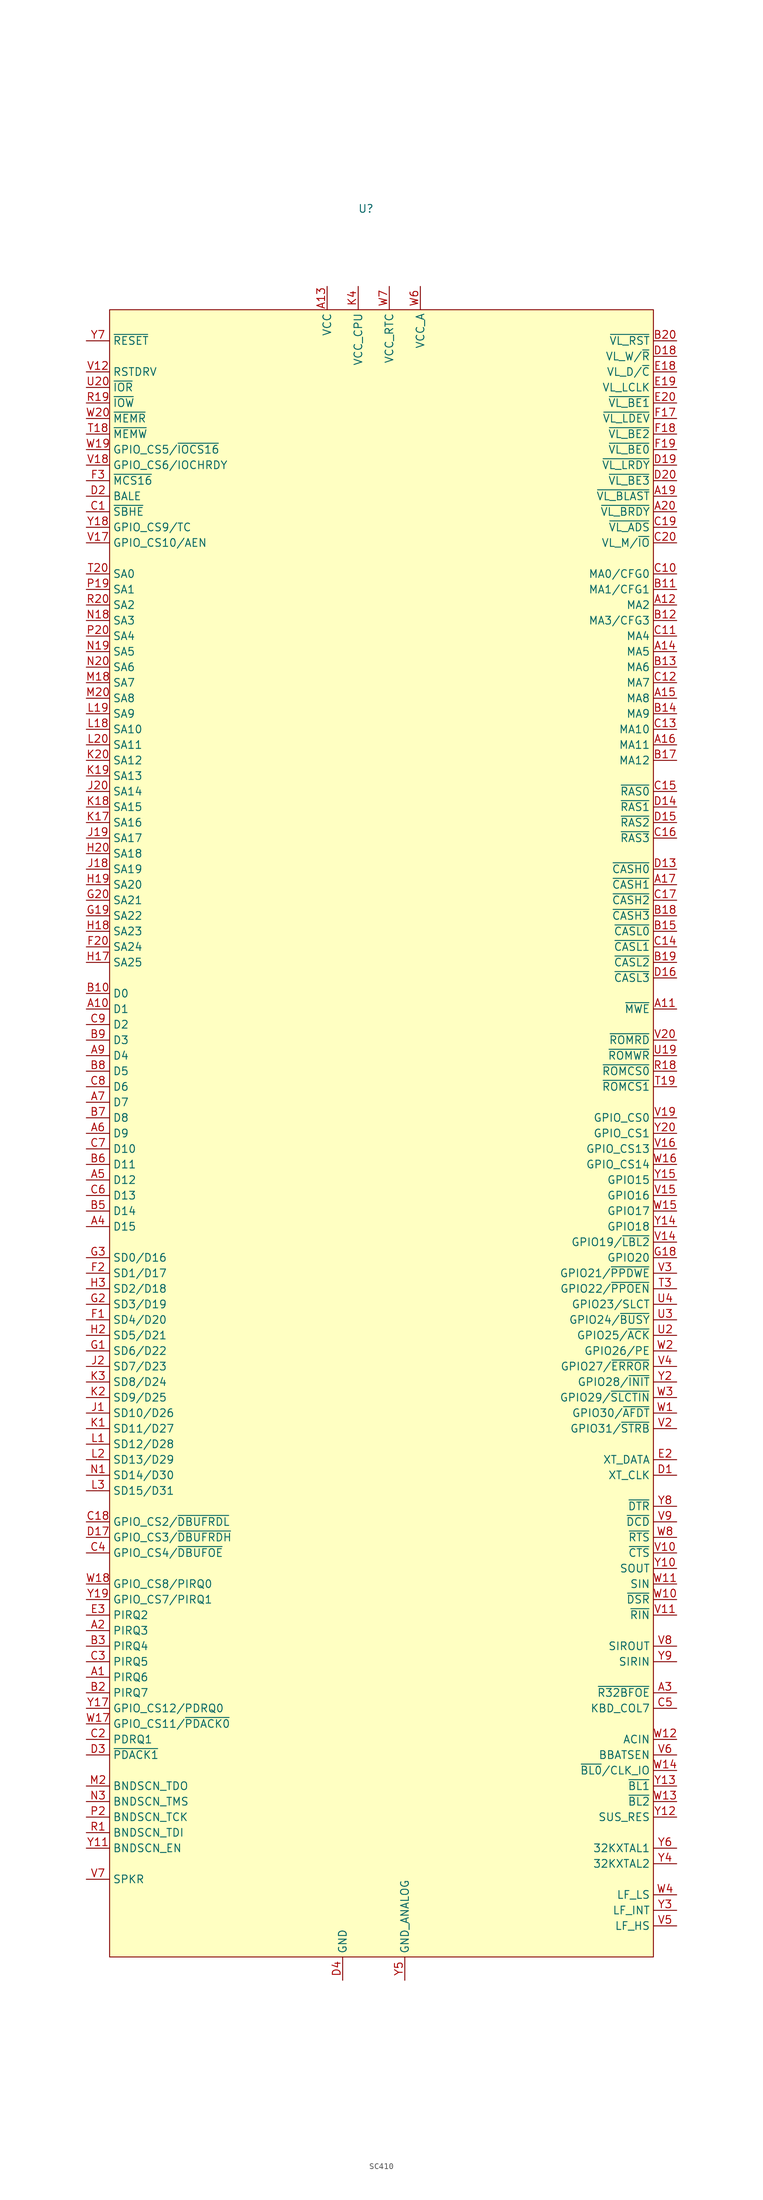
<source format=kicad_sym>
(kicad_symbol_lib
  (version 20241209)
  (generator "kicad_symbol_editor")
  (generator_version "9.0")
  (symbol "SC410"
    (property "Reference" "U"
      (at 0 0 0)
      (effects (font (size 1.27 1.27))))
    (property "Value" ""
      (at 0 0 0)
      (effects (font (size 1.27 1.27))))
    (symbol "SC410_0_0"
      (pin unspecified line (at -45.72 -21.59 0) (length 3.81) (name "~{RESET}" (effects (font (size 1.27 1.27)))) (number "Y7" (effects (font (size 1.27 1.27)))))
      (pin unspecified line (at -45.72 -26.67 0) (length 3.81) (name "RSTDRV" (effects (font (size 1.27 1.27)))) (number "V12" (effects (font (size 1.27 1.27)))))
      (pin unspecified line (at -45.72 -29.21 0) (length 3.81) (name "~{IOR}" (effects (font (size 1.27 1.27)))) (number "U20" (effects (font (size 1.27 1.27)))))
      (pin unspecified line (at -45.72 -31.75 0) (length 3.81) (name "~{IOW}" (effects (font (size 1.27 1.27)))) (number "R19" (effects (font (size 1.27 1.27)))))
      (pin unspecified line (at -45.72 -34.29 0) (length 3.81) (name "~{MEMR}" (effects (font (size 1.27 1.27)))) (number "W20" (effects (font (size 1.27 1.27)))))
      (pin unspecified line (at -45.72 -36.83 0) (length 3.81) (name "~{MEMW}" (effects (font (size 1.27 1.27)))) (number "T18" (effects (font (size 1.27 1.27)))))
      (pin unspecified line (at -45.72 -39.37 0) (length 3.81) (name "GPIO_CS5/~{IOCS16}" (effects (font (size 1.27 1.27)))) (number "W19" (effects (font (size 1.27 1.27)))))
      (pin unspecified line (at -45.72 -41.91 0) (length 3.81) (name "GPIO_CS6/IOCHRDY" (effects (font (size 1.27 1.27)))) (number "V18" (effects (font (size 1.27 1.27)))))
      (pin unspecified line (at -45.72 -44.45 0) (length 3.81) (name "~{MCS16}" (effects (font (size 1.27 1.27)))) (number "F3" (effects (font (size 1.27 1.27)))))
      (pin unspecified line (at -45.72 -46.99 0) (length 3.81) (name "BALE" (effects (font (size 1.27 1.27)))) (number "D2" (effects (font (size 1.27 1.27)))))
      (pin unspecified line (at -45.72 -49.53 0) (length 3.81) (name "~{SBHE}" (effects (font (size 1.27 1.27)))) (number "C1" (effects (font (size 1.27 1.27)))))
      (pin unspecified line (at -45.72 -52.07 0) (length 3.81) (name "GPIO_CS9/TC" (effects (font (size 1.27 1.27)))) (number "Y18" (effects (font (size 1.27 1.27)))))
      (pin unspecified line (at -45.72 -54.61 0) (length 3.81) (name "GPIO_CS10/AEN" (effects (font (size 1.27 1.27)))) (number "V17" (effects (font (size 1.27 1.27)))))
      (pin unspecified line (at -45.72 -59.69 0) (length 3.81) (name "SA0" (effects (font (size 1.27 1.27)))) (number "T20" (effects (font (size 1.27 1.27)))))
      (pin unspecified line (at -45.72 -62.23 0) (length 3.81) (name "SA1" (effects (font (size 1.27 1.27)))) (number "P19" (effects (font (size 1.27 1.27)))))
      (pin unspecified line (at -45.72 -64.77 0) (length 3.81) (name "SA2" (effects (font (size 1.27 1.27)))) (number "R20" (effects (font (size 1.27 1.27)))))
      (pin unspecified line (at -45.72 -67.31 0) (length 3.81) (name "SA3" (effects (font (size 1.27 1.27)))) (number "N18" (effects (font (size 1.27 1.27)))))
      (pin unspecified line (at -45.72 -69.85 0) (length 3.81) (name "SA4" (effects (font (size 1.27 1.27)))) (number "P20" (effects (font (size 1.27 1.27)))))
      (pin unspecified line (at -45.72 -72.39 0) (length 3.81) (name "SA5" (effects (font (size 1.27 1.27)))) (number "N19" (effects (font (size 1.27 1.27)))))
      (pin unspecified line (at -45.72 -74.93 0) (length 3.81) (name "SA6" (effects (font (size 1.27 1.27)))) (number "N20" (effects (font (size 1.27 1.27)))))
      (pin unspecified line (at -45.72 -77.47 0) (length 3.81) (name "SA7" (effects (font (size 1.27 1.27)))) (number "M18" (effects (font (size 1.27 1.27)))))
      (pin unspecified line (at -45.72 -80.01 0) (length 3.81) (name "SA8" (effects (font (size 1.27 1.27)))) (number "M20" (effects (font (size 1.27 1.27)))))
      (pin unspecified line (at -45.72 -82.55 0) (length 3.81) (name "SA9" (effects (font (size 1.27 1.27)))) (number "L19" (effects (font (size 1.27 1.27)))))
      (pin unspecified line (at -45.72 -85.09 0) (length 3.81) (name "SA10" (effects (font (size 1.27 1.27)))) (number "L18" (effects (font (size 1.27 1.27)))))
      (pin unspecified line (at -45.72 -87.63 0) (length 3.81) (name "SA11" (effects (font (size 1.27 1.27)))) (number "L20" (effects (font (size 1.27 1.27)))))
      (pin unspecified line (at -45.72 -90.17 0) (length 3.81) (name "SA12" (effects (font (size 1.27 1.27)))) (number "K20" (effects (font (size 1.27 1.27)))))
      (pin unspecified line (at -45.72 -92.71 0) (length 3.81) (name "SA13" (effects (font (size 1.27 1.27)))) (number "K19" (effects (font (size 1.27 1.27)))))
      (pin unspecified line (at -45.72 -95.25 0) (length 3.81) (name "SA14" (effects (font (size 1.27 1.27)))) (number "J20" (effects (font (size 1.27 1.27)))))
      (pin unspecified line (at -45.72 -97.79 0) (length 3.81) (name "SA15" (effects (font (size 1.27 1.27)))) (number "K18" (effects (font (size 1.27 1.27)))))
      (pin unspecified line (at -45.72 -100.33 0) (length 3.81) (name "SA16" (effects (font (size 1.27 1.27)))) (number "K17" (effects (font (size 1.27 1.27)))))
      (pin unspecified line (at -45.72 -102.87 0) (length 3.81) (name "SA17" (effects (font (size 1.27 1.27)))) (number "J19" (effects (font (size 1.27 1.27)))))
      (pin unspecified line (at -45.72 -105.41 0) (length 3.81) (name "SA18" (effects (font (size 1.27 1.27)))) (number "H20" (effects (font (size 1.27 1.27)))))
      (pin unspecified line (at -45.72 -107.95 0) (length 3.81) (name "SA19" (effects (font (size 1.27 1.27)))) (number "J18" (effects (font (size 1.27 1.27)))))
      (pin unspecified line (at -45.72 -110.49 0) (length 3.81) (name "SA20" (effects (font (size 1.27 1.27)))) (number "H19" (effects (font (size 1.27 1.27)))))
      (pin unspecified line (at -45.72 -113.03 0) (length 3.81) (name "SA21" (effects (font (size 1.27 1.27)))) (number "G20" (effects (font (size 1.27 1.27)))))
      (pin unspecified line (at -45.72 -115.57 0) (length 3.81) (name "SA22" (effects (font (size 1.27 1.27)))) (number "G19" (effects (font (size 1.27 1.27)))))
      (pin unspecified line (at -45.72 -118.11 0) (length 3.81) (name "SA23" (effects (font (size 1.27 1.27)))) (number "H18" (effects (font (size 1.27 1.27)))))
      (pin unspecified line (at -45.72 -120.65 0) (length 3.81) (name "SA24" (effects (font (size 1.27 1.27)))) (number "F20" (effects (font (size 1.27 1.27)))))
      (pin unspecified line (at -45.72 -123.19 0) (length 3.81) (name "SA25" (effects (font (size 1.27 1.27)))) (number "H17" (effects (font (size 1.27 1.27)))))
      (pin unspecified line (at -45.72 -128.27 0) (length 3.81) (name "D0" (effects (font (size 1.27 1.27)))) (number "B10" (effects (font (size 1.27 1.27)))))
      (pin unspecified line (at -45.72 -130.81 0) (length 3.81) (name "D1" (effects (font (size 1.27 1.27)))) (number "A10" (effects (font (size 1.27 1.27)))))
      (pin unspecified line (at -45.72 -133.35 0) (length 3.81) (name "D2" (effects (font (size 1.27 1.27)))) (number "C9" (effects (font (size 1.27 1.27)))))
      (pin unspecified line (at -45.72 -135.89 0) (length 3.81) (name "D3" (effects (font (size 1.27 1.27)))) (number "B9" (effects (font (size 1.27 1.27)))))
      (pin unspecified line (at -45.72 -138.43 0) (length 3.81) (name "D4" (effects (font (size 1.27 1.27)))) (number "A9" (effects (font (size 1.27 1.27)))))
      (pin unspecified line (at -45.72 -140.97 0) (length 3.81) (name "D5" (effects (font (size 1.27 1.27)))) (number "B8" (effects (font (size 1.27 1.27)))))
      (pin unspecified line (at -45.72 -143.51 0) (length 3.81) (name "D6" (effects (font (size 1.27 1.27)))) (number "C8" (effects (font (size 1.27 1.27)))))
      (pin unspecified line (at -45.72 -146.05 0) (length 3.81) (name "D7" (effects (font (size 1.27 1.27)))) (number "A7" (effects (font (size 1.27 1.27)))))
      (pin unspecified line (at -45.72 -148.59 0) (length 3.81) (name "D8" (effects (font (size 1.27 1.27)))) (number "B7" (effects (font (size 1.27 1.27)))))
      (pin unspecified line (at -45.72 -151.13 0) (length 3.81) (name "D9" (effects (font (size 1.27 1.27)))) (number "A6" (effects (font (size 1.27 1.27)))))
      (pin unspecified line (at -45.72 -153.67 0) (length 3.81) (name "D10" (effects (font (size 1.27 1.27)))) (number "C7" (effects (font (size 1.27 1.27)))))
      (pin unspecified line (at -45.72 -156.21 0) (length 3.81) (name "D11" (effects (font (size 1.27 1.27)))) (number "B6" (effects (font (size 1.27 1.27)))))
      (pin unspecified line (at -45.72 -158.75 0) (length 3.81) (name "D12" (effects (font (size 1.27 1.27)))) (number "A5" (effects (font (size 1.27 1.27)))))
      (pin unspecified line (at -45.72 -161.29 0) (length 3.81) (name "D13" (effects (font (size 1.27 1.27)))) (number "C6" (effects (font (size 1.27 1.27)))))
      (pin unspecified line (at -45.72 -163.83 0) (length 3.81) (name "D14" (effects (font (size 1.27 1.27)))) (number "B5" (effects (font (size 1.27 1.27)))))
      (pin unspecified line (at -45.72 -166.37 0) (length 3.81) (name "D15" (effects (font (size 1.27 1.27)))) (number "A4" (effects (font (size 1.27 1.27)))))
      (pin unspecified line (at -45.72 -171.45 0) (length 3.81) (name "SD0/D16" (effects (font (size 1.27 1.27)))) (number "G3" (effects (font (size 1.27 1.27)))))
      (pin unspecified line (at -45.72 -173.99 0) (length 3.81) (name "SD1/D17" (effects (font (size 1.27 1.27)))) (number "F2" (effects (font (size 1.27 1.27)))))
      (pin unspecified line (at -45.72 -176.53 0) (length 3.81) (name "SD2/D18" (effects (font (size 1.27 1.27)))) (number "H3" (effects (font (size 1.27 1.27)))))
      (pin unspecified line (at -45.72 -179.07 0) (length 3.81) (name "SD3/D19" (effects (font (size 1.27 1.27)))) (number "G2" (effects (font (size 1.27 1.27)))))
      (pin unspecified line (at -45.72 -181.61 0) (length 3.81) (name "SD4/D20" (effects (font (size 1.27 1.27)))) (number "F1" (effects (font (size 1.27 1.27)))))
      (pin unspecified line (at -45.72 -184.15 0) (length 3.81) (name "SD5/D21" (effects (font (size 1.27 1.27)))) (number "H2" (effects (font (size 1.27 1.27)))))
      (pin unspecified line (at -45.72 -186.69 0) (length 3.81) (name "SD6/D22" (effects (font (size 1.27 1.27)))) (number "G1" (effects (font (size 1.27 1.27)))))
      (pin unspecified line (at -45.72 -189.23 0) (length 3.81) (name "SD7/D23" (effects (font (size 1.27 1.27)))) (number "J2" (effects (font (size 1.27 1.27)))))
      (pin unspecified line (at -45.72 -191.77 0) (length 3.81) (name "SD8/D24" (effects (font (size 1.27 1.27)))) (number "K3" (effects (font (size 1.27 1.27)))))
      (pin unspecified line (at -45.72 -194.31 0) (length 3.81) (name "SD9/D25" (effects (font (size 1.27 1.27)))) (number "K2" (effects (font (size 1.27 1.27)))))
      (pin unspecified line (at -45.72 -196.85 0) (length 3.81) (name "SD10/D26" (effects (font (size 1.27 1.27)))) (number "J1" (effects (font (size 1.27 1.27)))))
      (pin unspecified line (at -45.72 -199.39 0) (length 3.81) (name "SD11/D27" (effects (font (size 1.27 1.27)))) (number "K1" (effects (font (size 1.27 1.27)))))
      (pin unspecified line (at -45.72 -201.93 0) (length 3.81) (name "SD12/D28" (effects (font (size 1.27 1.27)))) (number "L1" (effects (font (size 1.27 1.27)))))
      (pin unspecified line (at -45.72 -204.47 0) (length 3.81) (name "SD13/D29" (effects (font (size 1.27 1.27)))) (number "L2" (effects (font (size 1.27 1.27)))))
      (pin unspecified line (at -45.72 -207.01 0) (length 3.81) (name "SD14/D30" (effects (font (size 1.27 1.27)))) (number "N1" (effects (font (size 1.27 1.27)))))
      (pin unspecified line (at -45.72 -209.55 0) (length 3.81) (name "SD15/D31" (effects (font (size 1.27 1.27)))) (number "L3" (effects (font (size 1.27 1.27)))))
      (pin unspecified line (at -45.72 -214.63 0) (length 3.81) (name "GPIO_CS2/~{DBUFRDL}" (effects (font (size 1.27 1.27)))) (number "C18" (effects (font (size 1.27 1.27)))))
      (pin unspecified line (at -45.72 -217.17 0) (length 3.81) (name "GPIO_CS3/~{DBUFRDH}" (effects (font (size 1.27 1.27)))) (number "D17" (effects (font (size 1.27 1.27)))))
      (pin unspecified line (at -45.72 -219.71 0) (length 3.81) (name "GPIO_CS4/~{DBUFOE}" (effects (font (size 1.27 1.27)))) (number "C4" (effects (font (size 1.27 1.27)))))
      (pin unspecified line (at -45.72 -224.79 0) (length 3.81) (name "GPIO_CS8/PIRQ0" (effects (font (size 1.27 1.27)))) (number "W18" (effects (font (size 1.27 1.27)))))
      (pin unspecified line (at -45.72 -227.33 0) (length 3.81) (name "GPIO_CS7/PIRQ1" (effects (font (size 1.27 1.27)))) (number "Y19" (effects (font (size 1.27 1.27)))))
      (pin unspecified line (at -45.72 -229.87 0) (length 3.81) (name "PIRQ2" (effects (font (size 1.27 1.27)))) (number "E3" (effects (font (size 1.27 1.27)))))
      (pin unspecified line (at -45.72 -232.41 0) (length 3.81) (name "PIRQ3" (effects (font (size 1.27 1.27)))) (number "A2" (effects (font (size 1.27 1.27)))))
      (pin unspecified line (at -45.72 -234.95 0) (length 3.81) (name "PIRQ4" (effects (font (size 1.27 1.27)))) (number "B3" (effects (font (size 1.27 1.27)))))
      (pin unspecified line (at -45.72 -237.49 0) (length 3.81) (name "PIRQ5" (effects (font (size 1.27 1.27)))) (number "C3" (effects (font (size 1.27 1.27)))))
      (pin unspecified line (at -45.72 -240.03 0) (length 3.81) (name "PIRQ6" (effects (font (size 1.27 1.27)))) (number "A1" (effects (font (size 1.27 1.27)))))
      (pin unspecified line (at -45.72 -242.57 0) (length 3.81) (name "PIRQ7" (effects (font (size 1.27 1.27)))) (number "B2" (effects (font (size 1.27 1.27)))))
      (pin unspecified line (at -45.72 -245.11 0) (length 3.81) (name "GPIO_CS12/PDRQ0" (effects (font (size 1.27 1.27)))) (number "Y17" (effects (font (size 1.27 1.27)))))
      (pin unspecified line (at -45.72 -247.65 0) (length 3.81) (name "GPIO_CS11/~{PDACK0}" (effects (font (size 1.27 1.27)))) (number "W17" (effects (font (size 1.27 1.27)))))
      (pin unspecified line (at -45.72 -250.19 0) (length 3.81) (name "PDRQ1" (effects (font (size 1.27 1.27)))) (number "C2" (effects (font (size 1.27 1.27)))))
      (pin unspecified line (at -45.72 -252.73 0) (length 3.81) (name "~{PDACK1}" (effects (font (size 1.27 1.27)))) (number "D3" (effects (font (size 1.27 1.27)))))
      (pin unspecified line (at -45.72 -257.81 0) (length 3.81) (name "BNDSCN_TDO" (effects (font (size 1.27 1.27)))) (number "M2" (effects (font (size 1.27 1.27)))))
      (pin unspecified line (at -45.72 -260.35 0) (length 3.81) (name "BNDSCN_TMS" (effects (font (size 1.27 1.27)))) (number "N3" (effects (font (size 1.27 1.27)))))
      (pin unspecified line (at -45.72 -262.89 0) (length 3.81) (name "BNDSCN_TCK" (effects (font (size 1.27 1.27)))) (number "P2" (effects (font (size 1.27 1.27)))))
      (pin unspecified line (at -45.72 -265.43 0) (length 3.81) (name "BNDSCN_TDI" (effects (font (size 1.27 1.27)))) (number "R1" (effects (font (size 1.27 1.27)))))
      (pin unspecified line (at -45.72 -267.97 0) (length 3.81) (name "BNDSCN_EN" (effects (font (size 1.27 1.27)))) (number "Y11" (effects (font (size 1.27 1.27)))))
      (pin no_connect line (at -45.72 -278.13 0) (length 3.81) (hide yes) (name "RESERVED" (effects (font (size 1.27 1.27)))) (number "M3" (effects (font (size 1.27 1.27)))))
      (pin no_connect line (at -45.72 -278.13 0) (length 3.81) (hide yes) (name "RESERVED" (effects (font (size 1.27 1.27)))) (number "N2" (effects (font (size 1.27 1.27)))))
      (pin no_connect line (at -45.72 -278.13 0) (length 3.81) (hide yes) (name "RESERVED" (effects (font (size 1.27 1.27)))) (number "P1" (effects (font (size 1.27 1.27)))))
      (pin no_connect line (at -45.72 -278.13 0) (length 3.81) (hide yes) (name "RESERVED" (effects (font (size 1.27 1.27)))) (number "P3" (effects (font (size 1.27 1.27)))))
      (pin no_connect line (at -45.72 -278.13 0) (length 3.81) (hide yes) (name "RESERVED" (effects (font (size 1.27 1.27)))) (number "R2" (effects (font (size 1.27 1.27)))))
      (pin no_connect line (at -45.72 -278.13 0) (length 3.81) (hide yes) (name "RESERVED" (effects (font (size 1.27 1.27)))) (number "R3" (effects (font (size 1.27 1.27)))))
      (pin no_connect line (at -45.72 -278.13 0) (length 3.81) (hide yes) (name "RESERVED" (effects (font (size 1.27 1.27)))) (number "T2" (effects (font (size 1.27 1.27)))))
      (pin no_connect line (at -45.72 -278.13 0) (length 3.81) (hide yes) (name "RESERVED" (effects (font (size 1.27 1.27)))) (number "U1" (effects (font (size 1.27 1.27)))))
      (pin no_connect line (at -45.72 -278.13 0) (length 3.81) (hide yes) (name "RESERVED" (effects (font (size 1.27 1.27)))) (number "V1" (effects (font (size 1.27 1.27)))))
      (pin no_connect line (at -45.72 -278.13 0) (length 3.81) (hide yes) (name "RESERVED" (effects (font (size 1.27 1.27)))) (number "W5" (effects (font (size 1.27 1.27)))))
      (pin power_in line (at -6.35 -12.7 270) (length 3.81) (name "VCC" (effects (font (size 1.27 1.27)))) (number "A13" (effects (font (size 1.27 1.27)))))
      (pin power_in line (at -6.35 -12.7 270) (length 3.81) (hide yes) (name "VCC" (effects (font (size 1.27 1.27)))) (number "A18" (effects (font (size 1.27 1.27)))))
      (pin power_in line (at -6.35 -12.7 270) (length 3.81) (hide yes) (name "VCC" (effects (font (size 1.27 1.27)))) (number "A8" (effects (font (size 1.27 1.27)))))
      (pin power_in line (at -6.35 -12.7 270) (length 3.81) (hide yes) (name "VCC" (effects (font (size 1.27 1.27)))) (number "B1" (effects (font (size 1.27 1.27)))))
      (pin power_in line (at -6.35 -12.7 270) (length 3.81) (hide yes) (name "VCC" (effects (font (size 1.27 1.27)))) (number "B16" (effects (font (size 1.27 1.27)))))
      (pin power_in line (at -6.35 -12.7 270) (length 3.81) (hide yes) (name "VCC" (effects (font (size 1.27 1.27)))) (number "B4" (effects (font (size 1.27 1.27)))))
      (pin power_in line (at -6.35 -12.7 270) (length 3.81) (hide yes) (name "VCC" (effects (font (size 1.27 1.27)))) (number "E1" (effects (font (size 1.27 1.27)))))
      (pin power_in line (at -6.35 -12.7 270) (length 3.81) (hide yes) (name "VCC" (effects (font (size 1.27 1.27)))) (number "E17" (effects (font (size 1.27 1.27)))))
      (pin power_in line (at -6.35 -12.7 270) (length 3.81) (hide yes) (name "VCC" (effects (font (size 1.27 1.27)))) (number "H1" (effects (font (size 1.27 1.27)))))
      (pin power_in line (at -6.35 -12.7 270) (length 3.81) (hide yes) (name "VCC" (effects (font (size 1.27 1.27)))) (number "J17" (effects (font (size 1.27 1.27)))))
      (pin power_in line (at -6.35 -12.7 270) (length 3.81) (hide yes) (name "VCC" (effects (font (size 1.27 1.27)))) (number "J3" (effects (font (size 1.27 1.27)))))
      (pin power_in line (at -6.35 -12.7 270) (length 3.81) (hide yes) (name "VCC" (effects (font (size 1.27 1.27)))) (number "L17" (effects (font (size 1.27 1.27)))))
      (pin power_in line (at -6.35 -12.7 270) (length 3.81) (hide yes) (name "VCC" (effects (font (size 1.27 1.27)))) (number "M1" (effects (font (size 1.27 1.27)))))
      (pin power_in line (at -6.35 -12.7 270) (length 3.81) (hide yes) (name "VCC" (effects (font (size 1.27 1.27)))) (number "M17" (effects (font (size 1.27 1.27)))))
      (pin power_in line (at -6.35 -12.7 270) (length 3.81) (hide yes) (name "VCC" (effects (font (size 1.27 1.27)))) (number "M19" (effects (font (size 1.27 1.27)))))
      (pin power_in line (at -6.35 -12.7 270) (length 3.81) (hide yes) (name "VCC" (effects (font (size 1.27 1.27)))) (number "N17" (effects (font (size 1.27 1.27)))))
      (pin power_in line (at -6.35 -12.7 270) (length 3.81) (hide yes) (name "VCC" (effects (font (size 1.27 1.27)))) (number "P17" (effects (font (size 1.27 1.27)))))
      (pin power_in line (at -6.35 -12.7 270) (length 3.81) (hide yes) (name "VCC" (effects (font (size 1.27 1.27)))) (number "P18" (effects (font (size 1.27 1.27)))))
      (pin power_in line (at -6.35 -12.7 270) (length 3.81) (hide yes) (name "VCC" (effects (font (size 1.27 1.27)))) (number "T1" (effects (font (size 1.27 1.27)))))
      (pin power_in line (at -6.35 -12.7 270) (length 3.81) (hide yes) (name "VCC" (effects (font (size 1.27 1.27)))) (number "U18" (effects (font (size 1.27 1.27)))))
      (pin power_in line (at -6.35 -12.7 270) (length 3.81) (hide yes) (name "VCC" (effects (font (size 1.27 1.27)))) (number "V13" (effects (font (size 1.27 1.27)))))
      (pin power_in line (at -6.35 -12.7 270) (length 3.81) (hide yes) (name "VCC" (effects (font (size 1.27 1.27)))) (number "W9" (effects (font (size 1.27 1.27)))))
      (pin power_in line (at -6.35 -12.7 270) (length 3.81) (hide yes) (name "VCC" (effects (font (size 1.27 1.27)))) (number "Y1" (effects (font (size 1.27 1.27)))))
      (pin power_in line (at -6.35 -12.7 270) (length 3.81) (hide yes) (name "VCC" (effects (font (size 1.27 1.27)))) (number "Y16" (effects (font (size 1.27 1.27)))))
      (pin power_in line (at -3.81 -289.56 90) (length 3.81) (hide yes) (name "GND" (effects (font (size 1.27 1.27)))) (number "D10" (effects (font (size 1.27 1.27)))))
      (pin power_in line (at -3.81 -289.56 90) (length 3.81) (hide yes) (name "GND" (effects (font (size 1.27 1.27)))) (number "D11" (effects (font (size 1.27 1.27)))))
      (pin power_in line (at -3.81 -289.56 90) (length 3.81) (hide yes) (name "GND" (effects (font (size 1.27 1.27)))) (number "D12" (effects (font (size 1.27 1.27)))))
      (pin power_in line (at -3.81 -289.56 90) (length 3.81) (hide yes) (name "GND" (effects (font (size 1.27 1.27)))) (number "D5" (effects (font (size 1.27 1.27)))))
      (pin power_in line (at -3.81 -289.56 90) (length 3.81) (hide yes) (name "GND" (effects (font (size 1.27 1.27)))) (number "D6" (effects (font (size 1.27 1.27)))))
      (pin power_in line (at -3.81 -289.56 90) (length 3.81) (hide yes) (name "GND" (effects (font (size 1.27 1.27)))) (number "D7" (effects (font (size 1.27 1.27)))))
      (pin power_in line (at -3.81 -289.56 90) (length 3.81) (hide yes) (name "GND" (effects (font (size 1.27 1.27)))) (number "D8" (effects (font (size 1.27 1.27)))))
      (pin power_in line (at -3.81 -289.56 90) (length 3.81) (hide yes) (name "GND" (effects (font (size 1.27 1.27)))) (number "D9" (effects (font (size 1.27 1.27)))))
      (pin power_in line (at -3.81 -289.56 90) (length 3.81) (hide yes) (name "GND" (effects (font (size 1.27 1.27)))) (number "E4" (effects (font (size 1.27 1.27)))))
      (pin power_in line (at -3.81 -289.56 90) (length 3.81) (hide yes) (name "GND" (effects (font (size 1.27 1.27)))) (number "F4" (effects (font (size 1.27 1.27)))))
      (pin power_in line (at -3.81 -289.56 90) (length 3.81) (hide yes) (name "GND" (effects (font (size 1.27 1.27)))) (number "G4" (effects (font (size 1.27 1.27)))))
      (pin power_in line (at -3.81 -289.56 90) (length 3.81) (hide yes) (name "GND" (effects (font (size 1.27 1.27)))) (number "H10" (effects (font (size 1.27 1.27)))))
      (pin power_in line (at -3.81 -289.56 90) (length 3.81) (hide yes) (name "GND" (effects (font (size 1.27 1.27)))) (number "H11" (effects (font (size 1.27 1.27)))))
      (pin power_in line (at -3.81 -289.56 90) (length 3.81) (hide yes) (name "GND" (effects (font (size 1.27 1.27)))) (number "H12" (effects (font (size 1.27 1.27)))))
      (pin power_in line (at -3.81 -289.56 90) (length 3.81) (hide yes) (name "GND" (effects (font (size 1.27 1.27)))) (number "H13" (effects (font (size 1.27 1.27)))))
      (pin power_in line (at -3.81 -289.56 90) (length 3.81) (hide yes) (name "GND" (effects (font (size 1.27 1.27)))) (number "H4" (effects (font (size 1.27 1.27)))))
      (pin power_in line (at -3.81 -289.56 90) (length 3.81) (hide yes) (name "GND" (effects (font (size 1.27 1.27)))) (number "H8" (effects (font (size 1.27 1.27)))))
      (pin power_in line (at -3.81 -289.56 90) (length 3.81) (hide yes) (name "GND" (effects (font (size 1.27 1.27)))) (number "H9" (effects (font (size 1.27 1.27)))))
      (pin power_in line (at -3.81 -289.56 90) (length 3.81) (hide yes) (name "GND" (effects (font (size 1.27 1.27)))) (number "J10" (effects (font (size 1.27 1.27)))))
      (pin power_in line (at -3.81 -289.56 90) (length 3.81) (hide yes) (name "GND" (effects (font (size 1.27 1.27)))) (number "J11" (effects (font (size 1.27 1.27)))))
      (pin power_in line (at -3.81 -289.56 90) (length 3.81) (hide yes) (name "GND" (effects (font (size 1.27 1.27)))) (number "J12" (effects (font (size 1.27 1.27)))))
      (pin power_in line (at -3.81 -289.56 90) (length 3.81) (hide yes) (name "GND" (effects (font (size 1.27 1.27)))) (number "J13" (effects (font (size 1.27 1.27)))))
      (pin power_in line (at -3.81 -289.56 90) (length 3.81) (hide yes) (name "GND" (effects (font (size 1.27 1.27)))) (number "J4" (effects (font (size 1.27 1.27)))))
      (pin power_in line (at -3.81 -289.56 90) (length 3.81) (hide yes) (name "GND" (effects (font (size 1.27 1.27)))) (number "J8" (effects (font (size 1.27 1.27)))))
      (pin power_in line (at -3.81 -289.56 90) (length 3.81) (hide yes) (name "GND" (effects (font (size 1.27 1.27)))) (number "J9" (effects (font (size 1.27 1.27)))))
      (pin power_in line (at -3.81 -289.56 90) (length 3.81) (hide yes) (name "GND" (effects (font (size 1.27 1.27)))) (number "K10" (effects (font (size 1.27 1.27)))))
      (pin power_in line (at -3.81 -289.56 90) (length 3.81) (hide yes) (name "GND" (effects (font (size 1.27 1.27)))) (number "K11" (effects (font (size 1.27 1.27)))))
      (pin power_in line (at -3.81 -289.56 90) (length 3.81) (hide yes) (name "GND" (effects (font (size 1.27 1.27)))) (number "K12" (effects (font (size 1.27 1.27)))))
      (pin power_in line (at -3.81 -289.56 90) (length 3.81) (hide yes) (name "GND" (effects (font (size 1.27 1.27)))) (number "K13" (effects (font (size 1.27 1.27)))))
      (pin power_in line (at -3.81 -289.56 90) (length 3.81) (hide yes) (name "GND" (effects (font (size 1.27 1.27)))) (number "K8" (effects (font (size 1.27 1.27)))))
      (pin power_in line (at -3.81 -289.56 90) (length 3.81) (hide yes) (name "GND" (effects (font (size 1.27 1.27)))) (number "K9" (effects (font (size 1.27 1.27)))))
      (pin power_in line (at -3.81 -289.56 90) (length 3.81) (hide yes) (name "GND" (effects (font (size 1.27 1.27)))) (number "L10" (effects (font (size 1.27 1.27)))))
      (pin power_in line (at -3.81 -289.56 90) (length 3.81) (hide yes) (name "GND" (effects (font (size 1.27 1.27)))) (number "L11" (effects (font (size 1.27 1.27)))))
      (pin power_in line (at -3.81 -289.56 90) (length 3.81) (hide yes) (name "GND" (effects (font (size 1.27 1.27)))) (number "L12" (effects (font (size 1.27 1.27)))))
      (pin power_in line (at -3.81 -289.56 90) (length 3.81) (hide yes) (name "GND" (effects (font (size 1.27 1.27)))) (number "L13" (effects (font (size 1.27 1.27)))))
      (pin power_in line (at -3.81 -289.56 90) (length 3.81) (hide yes) (name "GND" (effects (font (size 1.27 1.27)))) (number "L8" (effects (font (size 1.27 1.27)))))
      (pin power_in line (at -3.81 -289.56 90) (length 3.81) (hide yes) (name "GND" (effects (font (size 1.27 1.27)))) (number "L9" (effects (font (size 1.27 1.27)))))
      (pin power_in line (at -3.81 -289.56 90) (length 3.81) (hide yes) (name "GND" (effects (font (size 1.27 1.27)))) (number "M10" (effects (font (size 1.27 1.27)))))
      (pin power_in line (at -3.81 -289.56 90) (length 3.81) (hide yes) (name "GND" (effects (font (size 1.27 1.27)))) (number "M11" (effects (font (size 1.27 1.27)))))
      (pin power_in line (at -3.81 -289.56 90) (length 3.81) (hide yes) (name "GND" (effects (font (size 1.27 1.27)))) (number "M12" (effects (font (size 1.27 1.27)))))
      (pin power_in line (at -3.81 -289.56 90) (length 3.81) (hide yes) (name "GND" (effects (font (size 1.27 1.27)))) (number "M13" (effects (font (size 1.27 1.27)))))
      (pin power_in line (at -3.81 -289.56 90) (length 3.81) (hide yes) (name "GND" (effects (font (size 1.27 1.27)))) (number "M8" (effects (font (size 1.27 1.27)))))
      (pin power_in line (at -3.81 -289.56 90) (length 3.81) (hide yes) (name "GND" (effects (font (size 1.27 1.27)))) (number "M9" (effects (font (size 1.27 1.27)))))
      (pin power_in line (at -3.81 -289.56 90) (length 3.81) (hide yes) (name "GND" (effects (font (size 1.27 1.27)))) (number "N10" (effects (font (size 1.27 1.27)))))
      (pin power_in line (at -3.81 -289.56 90) (length 3.81) (hide yes) (name "GND" (effects (font (size 1.27 1.27)))) (number "N11" (effects (font (size 1.27 1.27)))))
      (pin power_in line (at -3.81 -289.56 90) (length 3.81) (hide yes) (name "GND" (effects (font (size 1.27 1.27)))) (number "N12" (effects (font (size 1.27 1.27)))))
      (pin power_in line (at -3.81 -289.56 90) (length 3.81) (hide yes) (name "GND" (effects (font (size 1.27 1.27)))) (number "N13" (effects (font (size 1.27 1.27)))))
      (pin power_in line (at -3.81 -289.56 90) (length 3.81) (hide yes) (name "GND" (effects (font (size 1.27 1.27)))) (number "N8" (effects (font (size 1.27 1.27)))))
      (pin power_in line (at -3.81 -289.56 90) (length 3.81) (hide yes) (name "GND" (effects (font (size 1.27 1.27)))) (number "N9" (effects (font (size 1.27 1.27)))))
      (pin power_in line (at -3.81 -289.56 90) (length 3.81) (hide yes) (name "GND" (effects (font (size 1.27 1.27)))) (number "R17" (effects (font (size 1.27 1.27)))))
      (pin power_in line (at -3.81 -289.56 90) (length 3.81) (hide yes) (name "GND" (effects (font (size 1.27 1.27)))) (number "T17" (effects (font (size 1.27 1.27)))))
      (pin power_in line (at -3.81 -289.56 90) (length 3.81) (hide yes) (name "GND" (effects (font (size 1.27 1.27)))) (number "U10" (effects (font (size 1.27 1.27)))))
      (pin power_in line (at -3.81 -289.56 90) (length 3.81) (hide yes) (name "GND" (effects (font (size 1.27 1.27)))) (number "U11" (effects (font (size 1.27 1.27)))))
      (pin power_in line (at -3.81 -289.56 90) (length 3.81) (hide yes) (name "GND" (effects (font (size 1.27 1.27)))) (number "U12" (effects (font (size 1.27 1.27)))))
      (pin power_in line (at -3.81 -289.56 90) (length 3.81) (hide yes) (name "GND" (effects (font (size 1.27 1.27)))) (number "U13" (effects (font (size 1.27 1.27)))))
      (pin power_in line (at -3.81 -289.56 90) (length 3.81) (hide yes) (name "GND" (effects (font (size 1.27 1.27)))) (number "U14" (effects (font (size 1.27 1.27)))))
      (pin power_in line (at -3.81 -289.56 90) (length 3.81) (hide yes) (name "GND" (effects (font (size 1.27 1.27)))) (number "U15" (effects (font (size 1.27 1.27)))))
      (pin power_in line (at -3.81 -289.56 90) (length 3.81) (hide yes) (name "GND" (effects (font (size 1.27 1.27)))) (number "U16" (effects (font (size 1.27 1.27)))))
      (pin power_in line (at -3.81 -289.56 90) (length 3.81) (hide yes) (name "GND" (effects (font (size 1.27 1.27)))) (number "U17" (effects (font (size 1.27 1.27)))))
      (pin power_in line (at -3.81 -289.56 90) (length 3.81) (hide yes) (name "GND" (effects (font (size 1.27 1.27)))) (number "U5" (effects (font (size 1.27 1.27)))))
      (pin power_in line (at -3.81 -289.56 90) (length 3.81) (hide yes) (name "GND" (effects (font (size 1.27 1.27)))) (number "U6" (effects (font (size 1.27 1.27)))))
      (pin power_in line (at -3.81 -289.56 90) (length 3.81) (hide yes) (name "GND" (effects (font (size 1.27 1.27)))) (number "U7" (effects (font (size 1.27 1.27)))))
      (pin power_in line (at -3.81 -289.56 90) (length 3.81) (hide yes) (name "GND" (effects (font (size 1.27 1.27)))) (number "U8" (effects (font (size 1.27 1.27)))))
      (pin power_in line (at -3.81 -289.56 90) (length 3.81) (hide yes) (name "GND" (effects (font (size 1.27 1.27)))) (number "U9" (effects (font (size 1.27 1.27)))))
      (pin power_in line (at -1.27 -12.7 270) (length 3.81) (hide yes) (name "VCC_CPU" (effects (font (size 1.27 1.27)))) (number "L4" (effects (font (size 1.27 1.27)))))
      (pin power_in line (at -1.27 -12.7 270) (length 3.81) (hide yes) (name "VCC_CPU" (effects (font (size 1.27 1.27)))) (number "M4" (effects (font (size 1.27 1.27)))))
      (pin power_in line (at -1.27 -12.7 270) (length 3.81) (hide yes) (name "VCC_CPU" (effects (font (size 1.27 1.27)))) (number "N4" (effects (font (size 1.27 1.27)))))
      (pin power_in line (at -1.27 -12.7 270) (length 3.81) (hide yes) (name "VCC_CPU" (effects (font (size 1.27 1.27)))) (number "P4" (effects (font (size 1.27 1.27)))))
      (pin power_in line (at -1.27 -12.7 270) (length 3.81) (hide yes) (name "VCC_CPU" (effects (font (size 1.27 1.27)))) (number "R4" (effects (font (size 1.27 1.27)))))
      (pin power_in line (at -1.27 -12.7 270) (length 3.81) (hide yes) (name "VCC_CPU" (effects (font (size 1.27 1.27)))) (number "T4" (effects (font (size 1.27 1.27)))))
      (pin unspecified line (at 6.35 -289.56 90) (length 3.81) (name "GND_ANALOG" (effects (font (size 1.27 1.27)))) (number "Y5" (effects (font (size 1.27 1.27)))))
      (pin unspecified line (at 50.8 -21.59 180) (length 3.81) (name "~{VL_RST}" (effects (font (size 1.27 1.27)))) (number "B20" (effects (font (size 1.27 1.27)))))
      (pin unspecified line (at 50.8 -24.13 180) (length 3.81) (name "VL_W/~{R}" (effects (font (size 1.27 1.27)))) (number "D18" (effects (font (size 1.27 1.27)))))
      (pin unspecified line (at 50.8 -26.67 180) (length 3.81) (name "VL_D/~{C}" (effects (font (size 1.27 1.27)))) (number "E18" (effects (font (size 1.27 1.27)))))
      (pin unspecified line (at 50.8 -29.21 180) (length 3.81) (name "VL_LCLK" (effects (font (size 1.27 1.27)))) (number "E19" (effects (font (size 1.27 1.27)))))
      (pin unspecified line (at 50.8 -31.75 180) (length 3.81) (name "~{VL_BE1}" (effects (font (size 1.27 1.27)))) (number "E20" (effects (font (size 1.27 1.27)))))
      (pin unspecified line (at 50.8 -34.29 180) (length 3.81) (name "~{VL_LDEV}" (effects (font (size 1.27 1.27)))) (number "F17" (effects (font (size 1.27 1.27)))))
      (pin unspecified line (at 50.8 -36.83 180) (length 3.81) (name "~{VL_BE2}" (effects (font (size 1.27 1.27)))) (number "F18" (effects (font (size 1.27 1.27)))))
      (pin unspecified line (at 50.8 -39.37 180) (length 3.81) (name "~{VL_BE0}" (effects (font (size 1.27 1.27)))) (number "F19" (effects (font (size 1.27 1.27)))))
      (pin unspecified line (at 50.8 -41.91 180) (length 3.81) (name "~{VL_LRDY}" (effects (font (size 1.27 1.27)))) (number "D19" (effects (font (size 1.27 1.27)))))
      (pin unspecified line (at 50.8 -44.45 180) (length 3.81) (name "~{VL_BE3}" (effects (font (size 1.27 1.27)))) (number "D20" (effects (font (size 1.27 1.27)))))
      (pin unspecified line (at 50.8 -46.99 180) (length 3.81) (name "~{VL_BLAST}" (effects (font (size 1.27 1.27)))) (number "A19" (effects (font (size 1.27 1.27)))))
      (pin unspecified line (at 50.8 -49.53 180) (length 3.81) (name "~{VL_BRDY}" (effects (font (size 1.27 1.27)))) (number "A20" (effects (font (size 1.27 1.27)))))
      (pin unspecified line (at 50.8 -52.07 180) (length 3.81) (name "~{VL_ADS}" (effects (font (size 1.27 1.27)))) (number "C19" (effects (font (size 1.27 1.27)))))
      (pin unspecified line (at 50.8 -54.61 180) (length 3.81) (name "VL_M/~{IO}" (effects (font (size 1.27 1.27)))) (number "C20" (effects (font (size 1.27 1.27)))))
      (pin unspecified line (at 50.8 -59.69 180) (length 3.81) (name "MA0/CFG0" (effects (font (size 1.27 1.27)))) (number "C10" (effects (font (size 1.27 1.27)))))
      (pin unspecified line (at 50.8 -62.23 180) (length 3.81) (name "MA1/CFG1" (effects (font (size 1.27 1.27)))) (number "B11" (effects (font (size 1.27 1.27)))))
      (pin unspecified line (at 50.8 -64.77 180) (length 3.81) (name "MA2" (effects (font (size 1.27 1.27)))) (number "A12" (effects (font (size 1.27 1.27)))))
      (pin unspecified line (at 50.8 -67.31 180) (length 3.81) (name "MA3/CFG3" (effects (font (size 1.27 1.27)))) (number "B12" (effects (font (size 1.27 1.27)))))
      (pin unspecified line (at 50.8 -69.85 180) (length 3.81) (name "MA4" (effects (font (size 1.27 1.27)))) (number "C11" (effects (font (size 1.27 1.27)))))
      (pin unspecified line (at 50.8 -72.39 180) (length 3.81) (name "MA5" (effects (font (size 1.27 1.27)))) (number "A14" (effects (font (size 1.27 1.27)))))
      (pin unspecified line (at 50.8 -74.93 180) (length 3.81) (name "MA6" (effects (font (size 1.27 1.27)))) (number "B13" (effects (font (size 1.27 1.27)))))
      (pin unspecified line (at 50.8 -77.47 180) (length 3.81) (name "MA7" (effects (font (size 1.27 1.27)))) (number "C12" (effects (font (size 1.27 1.27)))))
      (pin unspecified line (at 50.8 -80.01 180) (length 3.81) (name "MA8" (effects (font (size 1.27 1.27)))) (number "A15" (effects (font (size 1.27 1.27)))))
      (pin unspecified line (at 50.8 -82.55 180) (length 3.81) (name "MA9" (effects (font (size 1.27 1.27)))) (number "B14" (effects (font (size 1.27 1.27)))))
      (pin unspecified line (at 50.8 -85.09 180) (length 3.81) (name "MA10" (effects (font (size 1.27 1.27)))) (number "C13" (effects (font (size 1.27 1.27)))))
      (pin unspecified line (at 50.8 -87.63 180) (length 3.81) (name "MA11" (effects (font (size 1.27 1.27)))) (number "A16" (effects (font (size 1.27 1.27)))))
      (pin unspecified line (at 50.8 -90.17 180) (length 3.81) (name "MA12" (effects (font (size 1.27 1.27)))) (number "B17" (effects (font (size 1.27 1.27)))))
      (pin unspecified line (at 50.8 -95.25 180) (length 3.81) (name "~{RAS0}" (effects (font (size 1.27 1.27)))) (number "C15" (effects (font (size 1.27 1.27)))))
      (pin unspecified line (at 50.8 -97.79 180) (length 3.81) (name "~{RAS1}" (effects (font (size 1.27 1.27)))) (number "D14" (effects (font (size 1.27 1.27)))))
      (pin unspecified line (at 50.8 -100.33 180) (length 3.81) (name "~{RAS2}" (effects (font (size 1.27 1.27)))) (number "D15" (effects (font (size 1.27 1.27)))))
      (pin unspecified line (at 50.8 -102.87 180) (length 3.81) (name "~{RAS3}" (effects (font (size 1.27 1.27)))) (number "C16" (effects (font (size 1.27 1.27)))))
      (pin unspecified line (at 50.8 -107.95 180) (length 3.81) (name "~{CASH0}" (effects (font (size 1.27 1.27)))) (number "D13" (effects (font (size 1.27 1.27)))))
      (pin unspecified line (at 50.8 -110.49 180) (length 3.81) (name "~{CASH1}" (effects (font (size 1.27 1.27)))) (number "A17" (effects (font (size 1.27 1.27)))))
      (pin unspecified line (at 50.8 -113.03 180) (length 3.81) (name "~{CASH2}" (effects (font (size 1.27 1.27)))) (number "C17" (effects (font (size 1.27 1.27)))))
      (pin unspecified line (at 50.8 -115.57 180) (length 3.81) (name "~{CASH3}" (effects (font (size 1.27 1.27)))) (number "B18" (effects (font (size 1.27 1.27)))))
      (pin unspecified line (at 50.8 -118.11 180) (length 3.81) (name "~{CASL0}" (effects (font (size 1.27 1.27)))) (number "B15" (effects (font (size 1.27 1.27)))))
      (pin unspecified line (at 50.8 -120.65 180) (length 3.81) (name "~{CASL1}" (effects (font (size 1.27 1.27)))) (number "C14" (effects (font (size 1.27 1.27)))))
      (pin unspecified line (at 50.8 -123.19 180) (length 3.81) (name "~{CASL2}" (effects (font (size 1.27 1.27)))) (number "B19" (effects (font (size 1.27 1.27)))))
      (pin unspecified line (at 50.8 -125.73 180) (length 3.81) (name "~{CASL3}" (effects (font (size 1.27 1.27)))) (number "D16" (effects (font (size 1.27 1.27)))))
      (pin unspecified line (at 50.8 -130.81 180) (length 3.81) (name "~{MWE}" (effects (font (size 1.27 1.27)))) (number "A11" (effects (font (size 1.27 1.27)))))
      (pin unspecified line (at 50.8 -135.89 180) (length 3.81) (name "~{ROMRD}" (effects (font (size 1.27 1.27)))) (number "V20" (effects (font (size 1.27 1.27)))))
      (pin unspecified line (at 50.8 -138.43 180) (length 3.81) (name "~{ROMWR}" (effects (font (size 1.27 1.27)))) (number "U19" (effects (font (size 1.27 1.27)))))
      (pin unspecified line (at 50.8 -140.97 180) (length 3.81) (name "~{ROMCS0}" (effects (font (size 1.27 1.27)))) (number "R18" (effects (font (size 1.27 1.27)))))
      (pin unspecified line (at 50.8 -143.51 180) (length 3.81) (name "~{ROMCS1}" (effects (font (size 1.27 1.27)))) (number "T19" (effects (font (size 1.27 1.27)))))
      (pin unspecified line (at 50.8 -148.59 180) (length 3.81) (name "GPIO_CS0" (effects (font (size 1.27 1.27)))) (number "V19" (effects (font (size 1.27 1.27)))))
      (pin unspecified line (at 50.8 -151.13 180) (length 3.81) (name "GPIO_CS1" (effects (font (size 1.27 1.27)))) (number "Y20" (effects (font (size 1.27 1.27)))))
      (pin unspecified line (at 50.8 -153.67 180) (length 3.81) (name "GPIO_CS13" (effects (font (size 1.27 1.27)))) (number "V16" (effects (font (size 1.27 1.27)))))
      (pin unspecified line (at 50.8 -156.21 180) (length 3.81) (name "GPIO_CS14" (effects (font (size 1.27 1.27)))) (number "W16" (effects (font (size 1.27 1.27)))))
      (pin unspecified line (at 50.8 -158.75 180) (length 3.81) (name "GPIO15" (effects (font (size 1.27 1.27)))) (number "Y15" (effects (font (size 1.27 1.27)))))
      (pin unspecified line (at 50.8 -161.29 180) (length 3.81) (name "GPIO16" (effects (font (size 1.27 1.27)))) (number "V15" (effects (font (size 1.27 1.27)))))
      (pin unspecified line (at 50.8 -163.83 180) (length 3.81) (name "GPIO17" (effects (font (size 1.27 1.27)))) (number "W15" (effects (font (size 1.27 1.27)))))
      (pin unspecified line (at 50.8 -166.37 180) (length 3.81) (name "GPIO18" (effects (font (size 1.27 1.27)))) (number "Y14" (effects (font (size 1.27 1.27)))))
      (pin unspecified line (at 50.8 -168.91 180) (length 3.81) (name "GPIO19/~{LBL2}" (effects (font (size 1.27 1.27)))) (number "V14" (effects (font (size 1.27 1.27)))))
      (pin unspecified line (at 50.8 -171.45 180) (length 3.81) (name "GPIO20" (effects (font (size 1.27 1.27)))) (number "G18" (effects (font (size 1.27 1.27)))))
      (pin unspecified line (at 50.8 -173.99 180) (length 3.81) (name "GPIO21/~{PPDWE}" (effects (font (size 1.27 1.27)))) (number "V3" (effects (font (size 1.27 1.27)))))
      (pin unspecified line (at 50.8 -176.53 180) (length 3.81) (name "GPIO22/~{PPOEN}" (effects (font (size 1.27 1.27)))) (number "T3" (effects (font (size 1.27 1.27)))))
      (pin unspecified line (at 50.8 -179.07 180) (length 3.81) (name "GPIO23/SLCT" (effects (font (size 1.27 1.27)))) (number "U4" (effects (font (size 1.27 1.27)))))
      (pin unspecified line (at 50.8 -181.61 180) (length 3.81) (name "GPIO24/~{BUSY}" (effects (font (size 1.27 1.27)))) (number "U3" (effects (font (size 1.27 1.27)))))
      (pin unspecified line (at 50.8 -184.15 180) (length 3.81) (name "GPIO25/~{ACK}" (effects (font (size 1.27 1.27)))) (number "U2" (effects (font (size 1.27 1.27)))))
      (pin unspecified line (at 50.8 -186.69 180) (length 3.81) (name "GPIO26/PE" (effects (font (size 1.27 1.27)))) (number "W2" (effects (font (size 1.27 1.27)))))
      (pin unspecified line (at 50.8 -189.23 180) (length 3.81) (name "GPIO27/~{ERROR}" (effects (font (size 1.27 1.27)))) (number "V4" (effects (font (size 1.27 1.27)))))
      (pin unspecified line (at 50.8 -191.77 180) (length 3.81) (name "GPIO28/~{INIT}" (effects (font (size 1.27 1.27)))) (number "Y2" (effects (font (size 1.27 1.27)))))
      (pin unspecified line (at 50.8 -194.31 180) (length 3.81) (name "GPIO29/~{SLCTIN}" (effects (font (size 1.27 1.27)))) (number "W3" (effects (font (size 1.27 1.27)))))
      (pin unspecified line (at 50.8 -196.85 180) (length 3.81) (name "GPIO30/~{AFDT}" (effects (font (size 1.27 1.27)))) (number "W1" (effects (font (size 1.27 1.27)))))
      (pin unspecified line (at 50.8 -199.39 180) (length 3.81) (name "GPIO31/~{STRB}" (effects (font (size 1.27 1.27)))) (number "V2" (effects (font (size 1.27 1.27)))))
      (pin unspecified line (at 50.8 -204.47 180) (length 3.81) (name "XT_DATA" (effects (font (size 1.27 1.27)))) (number "E2" (effects (font (size 1.27 1.27)))))
      (pin unspecified line (at 50.8 -207.01 180) (length 3.81) (name "XT_CLK" (effects (font (size 1.27 1.27)))) (number "D1" (effects (font (size 1.27 1.27)))))
      (pin unspecified line (at 50.8 -212.09 180) (length 3.81) (name "~{DTR}" (effects (font (size 1.27 1.27)))) (number "Y8" (effects (font (size 1.27 1.27)))))
      (pin unspecified line (at 50.8 -214.63 180) (length 3.81) (name "~{DCD}" (effects (font (size 1.27 1.27)))) (number "V9" (effects (font (size 1.27 1.27)))))
      (pin unspecified line (at 50.8 -217.17 180) (length 3.81) (name "~{RTS}" (effects (font (size 1.27 1.27)))) (number "W8" (effects (font (size 1.27 1.27)))))
      (pin unspecified line (at 50.8 -219.71 180) (length 3.81) (name "~{CTS}" (effects (font (size 1.27 1.27)))) (number "V10" (effects (font (size 1.27 1.27)))))
      (pin unspecified line (at 50.8 -222.25 180) (length 3.81) (name "SOUT" (effects (font (size 1.27 1.27)))) (number "Y10" (effects (font (size 1.27 1.27)))))
      (pin unspecified line (at 50.8 -224.79 180) (length 3.81) (name "SIN" (effects (font (size 1.27 1.27)))) (number "W11" (effects (font (size 1.27 1.27)))))
      (pin unspecified line (at 50.8 -227.33 180) (length 3.81) (name "~{DSR}" (effects (font (size 1.27 1.27)))) (number "W10" (effects (font (size 1.27 1.27)))))
      (pin unspecified line (at 50.8 -229.87 180) (length 3.81) (name "~{RIN}" (effects (font (size 1.27 1.27)))) (number "V11" (effects (font (size 1.27 1.27)))))
      (pin unspecified line (at 50.8 -234.95 180) (length 3.81) (name "SIROUT" (effects (font (size 1.27 1.27)))) (number "V8" (effects (font (size 1.27 1.27)))))
      (pin unspecified line (at 50.8 -237.49 180) (length 3.81) (name "SIRIN" (effects (font (size 1.27 1.27)))) (number "Y9" (effects (font (size 1.27 1.27)))))
      (pin unspecified line (at 50.8 -242.57 180) (length 3.81) (name "~{R32BFOE}" (effects (font (size 1.27 1.27)))) (number "A3" (effects (font (size 1.27 1.27)))))
      (pin unspecified line (at 50.8 -245.11 180) (length 3.81) (name "KBD_COL7" (effects (font (size 1.27 1.27)))) (number "C5" (effects (font (size 1.27 1.27)))))
      (pin unspecified line (at 50.8 -250.19 180) (length 3.81) (name "ACIN" (effects (font (size 1.27 1.27)))) (number "W12" (effects (font (size 1.27 1.27)))))
      (pin unspecified line (at 50.8 -252.73 180) (length 3.81) (name "BBATSEN" (effects (font (size 1.27 1.27)))) (number "V6" (effects (font (size 1.27 1.27)))))
      (pin unspecified line (at 50.8 -255.27 180) (length 3.81) (name "~{BL0}/CLK_IO" (effects (font (size 1.27 1.27)))) (number "W14" (effects (font (size 1.27 1.27)))))
      (pin unspecified line (at 50.8 -257.81 180) (length 3.81) (name "~{BL1}" (effects (font (size 1.27 1.27)))) (number "Y13" (effects (font (size 1.27 1.27)))))
      (pin unspecified line (at 50.8 -260.35 180) (length 3.81) (name "~{BL2}" (effects (font (size 1.27 1.27)))) (number "W13" (effects (font (size 1.27 1.27)))))
      (pin unspecified line (at 50.8 -262.89 180) (length 3.81) (name "SUS_RES" (effects (font (size 1.27 1.27)))) (number "Y12" (effects (font (size 1.27 1.27)))))
      (pin unspecified line (at 50.8 -267.97 180) (length 3.81) (name "32KXTAL1" (effects (font (size 1.27 1.27)))) (number "Y6" (effects (font (size 1.27 1.27)))))
      (pin unspecified line (at 50.8 -270.51 180) (length 3.81) (name "32KXTAL2" (effects (font (size 1.27 1.27)))) (number "Y4" (effects (font (size 1.27 1.27)))))
      (pin unspecified line (at 50.8 -275.59 180) (length 3.81) (name "LF_LS" (effects (font (size 1.27 1.27)))) (number "W4" (effects (font (size 1.27 1.27)))))
      (pin unspecified line (at 50.8 -278.13 180) (length 3.81) (name "LF_INT" (effects (font (size 1.27 1.27)))) (number "Y3" (effects (font (size 1.27 1.27)))))
      (pin unspecified line (at 50.8 -280.67 180) (length 3.81) (name "LF_HS" (effects (font (size 1.27 1.27)))) (number "V5" (effects (font (size 1.27 1.27))))))
    (symbol "SC410_0_1"
      (rectangle (start -41.91 -16.51) (end 46.99 -285.75) (stroke (width 0) (type default)) (fill (type background))))
    (symbol "SC410_1_0"
      (pin unspecified line (at -45.72 -273.05 0) (length 3.81) (name "SPKR" (effects (font (size 1.27 1.27)))) (number "V7" (effects (font (size 1.27 1.27)))))
      (pin power_in line (at -6.35 -12.7 270) (length 3.81) (hide yes) (name "VCC" (effects (font (size 1.27 1.27)))) (number "G17" (effects (font (size 1.27 1.27)))))
      (pin power_in line (at -3.81 -289.56 90) (length 3.81) (name "GND" (effects (font (size 1.27 1.27)))) (number "D4" (effects (font (size 1.27 1.27)))))
      (pin power_in line (at -1.27 -12.7 270) (length 3.81) (name "VCC_CPU" (effects (font (size 1.27 1.27)))) (number "K4" (effects (font (size 1.27 1.27)))))
      (pin power_in line (at 3.81 -12.7 270) (length 3.81) (name "VCC_RTC" (effects (font (size 1.27 1.27)))) (number "W7" (effects (font (size 1.27 1.27)))))
      (pin power_in line (at 8.89 -12.7 270) (length 3.81) (name "VCC_A" (effects (font (size 1.27 1.27)))) (number "W6" (effects (font (size 1.27 1.27))))))))
</source>
